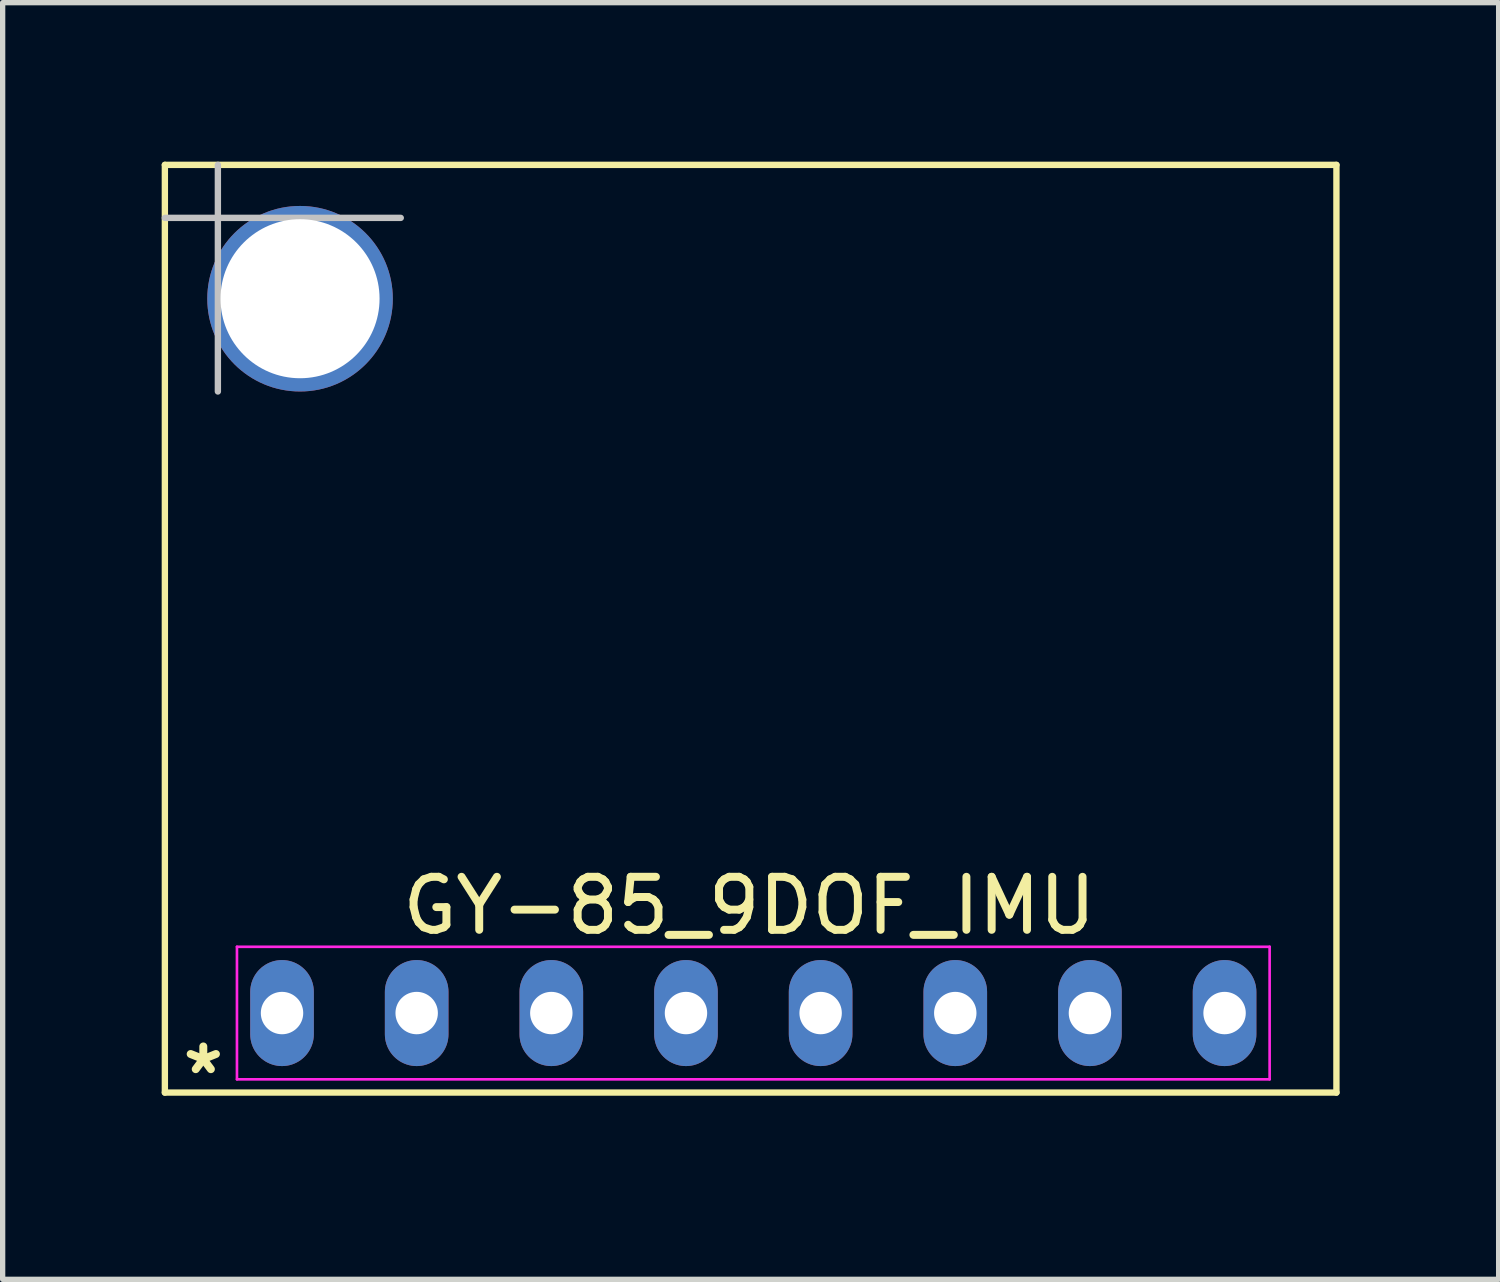
<source format=kicad_pcb>
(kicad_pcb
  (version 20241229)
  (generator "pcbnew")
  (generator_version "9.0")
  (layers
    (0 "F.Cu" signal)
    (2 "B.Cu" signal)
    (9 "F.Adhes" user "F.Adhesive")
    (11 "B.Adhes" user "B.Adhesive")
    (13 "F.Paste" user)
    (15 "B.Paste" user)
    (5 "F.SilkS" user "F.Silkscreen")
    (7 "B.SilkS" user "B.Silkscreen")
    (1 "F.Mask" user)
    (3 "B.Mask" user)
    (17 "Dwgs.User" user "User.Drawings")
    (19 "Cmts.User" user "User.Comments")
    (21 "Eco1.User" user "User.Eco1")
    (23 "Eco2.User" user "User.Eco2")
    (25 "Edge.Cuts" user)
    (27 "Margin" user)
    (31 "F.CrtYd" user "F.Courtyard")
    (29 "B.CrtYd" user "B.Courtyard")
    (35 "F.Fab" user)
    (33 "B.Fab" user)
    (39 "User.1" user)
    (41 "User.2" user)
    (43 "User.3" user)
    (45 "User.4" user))
  (footprint "GY-85_9DOF_IMU"
    (layer "F.Cu")
    (at 11.16 16.06)
    (property "Reference" "GY-85_9DOF_IMU" (at -0.075 -2.025 0) (layer "F.SilkS") (effects (font (size 1 1) (thickness 0.15))))
    (attr through_hole)
    (fp_line (start -11.1 -16) (end 11 -16) (stroke (width 0.12) (type solid)) (layer "F.SilkS"))
    (fp_line (start -11.1 1.5) (end -11.1 -16) (stroke (width 0.12) (type solid)) (layer "F.SilkS"))
    (fp_line (start 11 -16) (end 11 1.5) (stroke (width 0.12) (type solid)) (layer "F.SilkS"))
    (fp_line (start 11 1.5) (end -11.1 1.5) (stroke (width 0.12) (type solid)) (layer "F.SilkS"))
    (fp_line (start -11.1 -15) (end -6.65 -15) (stroke (width 0.12) (type solid)) (layer "Dwgs.User"))
    (fp_line (start -10.1 -16) (end -10.1 -11.725) (stroke (width 0.12) (type solid)) (layer "Dwgs.User"))
    (fp_line (start -9.74 -1.25) (end 9.74 -1.25) (stroke (width 0.05) (type solid)) (layer "F.CrtYd"))
    (fp_line (start -9.74 1.25) (end -9.74 -1.25) (stroke (width 0.05) (type solid)) (layer "F.CrtYd"))
    (fp_line (start 9.74 -1.25) (end 9.74 1.25) (stroke (width 0.05) (type solid)) (layer "F.CrtYd"))
    (fp_line (start 9.74 1.25) (end -9.74 1.25) (stroke (width 0.05) (type solid)) (layer "F.CrtYd"))
    (fp_text user "*" (at -10.375 1.175 0) (layer "F.SilkS") (effects (font (size 1 1) (thickness 0.15))))
    (pad "" np_thru_hole circle (at -8.55 -13.475) (size 3.5 3.5) (drill 3) (layers "*.Cu" "*.Mask"))
    (pad "1" thru_hole oval (at -8.89 0) (size 1.2 2) (drill 0.8) (layers "*.Cu" "*.Mask"))
    (pad "2" thru_hole oval (at -6.35 0) (size 1.2 2) (drill 0.8) (layers "*.Cu" "*.Mask"))
    (pad "3" thru_hole oval (at -3.81 0) (size 1.2 2) (drill 0.8) (layers "*.Cu" "*.Mask"))
    (pad "4" thru_hole oval (at -1.27 0) (size 1.2 2) (drill 0.8) (layers "*.Cu" "*.Mask"))
    (pad "5" thru_hole oval (at 1.27 0) (size 1.2 2) (drill 0.8) (layers "*.Cu" "*.Mask"))
    (pad "6" thru_hole oval (at 3.81 0) (size 1.2 2) (drill 0.8) (layers "*.Cu" "*.Mask"))
    (pad "7" thru_hole oval (at 6.35 0) (size 1.2 2) (drill 0.8) (layers "*.Cu" "*.Mask"))
    (pad "8" thru_hole oval (at 8.89 0) (size 1.2 2) (drill 0.8) (layers "*.Cu" "*.Mask")))
  (gr_rect
    (start -3 -3)
    (end 25.22 21.083)
    (stroke (width 0.1) (type default))
    (fill no)
    (layer "Edge.Cuts")))
</source>
